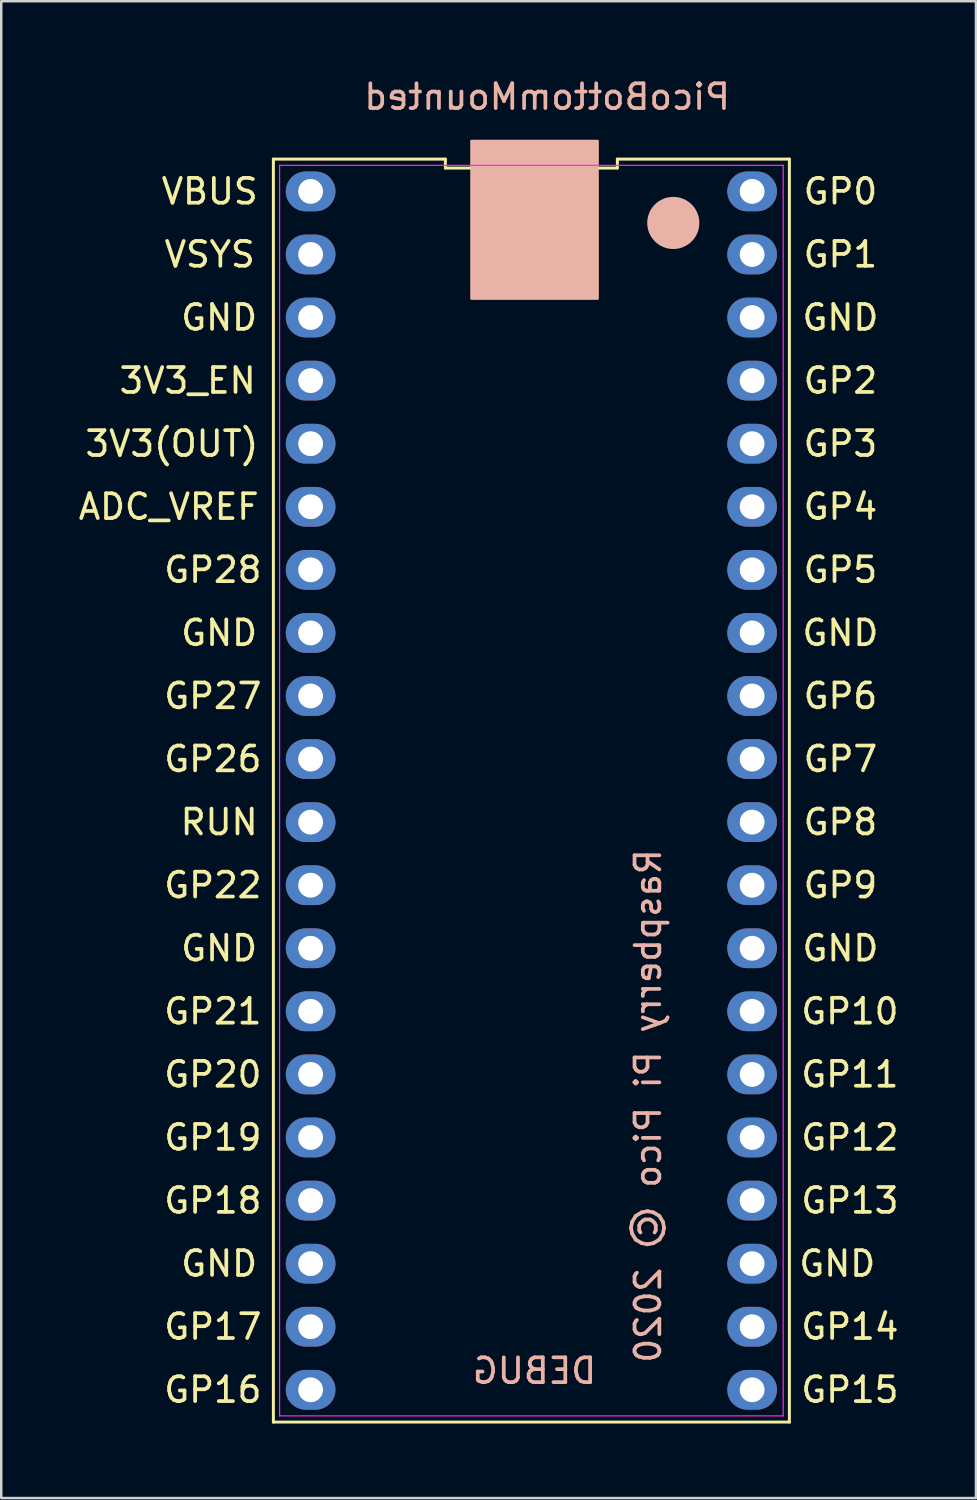
<source format=kicad_pcb>
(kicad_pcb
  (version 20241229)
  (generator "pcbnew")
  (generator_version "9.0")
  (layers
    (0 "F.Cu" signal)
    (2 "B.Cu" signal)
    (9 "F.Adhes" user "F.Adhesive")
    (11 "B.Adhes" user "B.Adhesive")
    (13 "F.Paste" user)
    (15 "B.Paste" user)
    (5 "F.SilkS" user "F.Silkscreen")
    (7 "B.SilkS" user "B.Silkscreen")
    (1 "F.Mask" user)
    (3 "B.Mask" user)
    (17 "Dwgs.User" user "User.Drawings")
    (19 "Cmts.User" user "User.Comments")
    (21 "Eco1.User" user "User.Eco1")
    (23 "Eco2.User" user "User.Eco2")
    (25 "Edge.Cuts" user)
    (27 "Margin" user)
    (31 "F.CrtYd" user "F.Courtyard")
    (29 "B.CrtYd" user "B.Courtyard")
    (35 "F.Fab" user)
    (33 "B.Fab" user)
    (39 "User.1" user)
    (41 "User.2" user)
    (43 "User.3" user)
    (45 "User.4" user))
  (footprint "PicoBottomMounted"
    (layer "F.Cu")
    (at 18.476 28.788)
    (property "Reference" "PicoBottomMounted" (at 0.508 -27.94 0) (layer "B.SilkS") (effects (font (size 1 1) (thickness 0.15)) (justify mirror)))
    (attr through_hole)
    (fp_line (start -10.517 25.43) (end 10.263 25.43) (stroke (width 0.12) (type solid)) (layer "F.SilkS"))
    (fp_line (start -10.517 -25.43) (end -10.517 25.43) (stroke (width 0.12) (type solid)) (layer "F.SilkS"))
    (fp_line (start -3.59 -25.43) (end -10.517 -25.43) (stroke (width 0.12) (type solid)) (layer "F.SilkS"))
    (fp_line (start -3.59 -25.07) (end -3.59 -25.43) (stroke (width 0.12) (type solid)) (layer "F.SilkS"))
    (fp_line (start 3.336 -25.43) (end 3.336 -25.07) (stroke (width 0.12) (type solid)) (layer "F.SilkS"))
    (fp_line (start 3.336 -25.07) (end -3.59 -25.07) (stroke (width 0.12) (type solid)) (layer "F.SilkS"))
    (fp_line (start 10.263 25.43) (end 10.263 -25.43) (stroke (width 0.12) (type solid)) (layer "F.SilkS"))
    (fp_line (start 10.263 -25.43) (end 3.336 -25.43) (stroke (width 0.12) (type solid)) (layer "F.SilkS"))
    (fp_poly (pts (xy 2.54 -26.162) (xy -2.54 -26.162) (xy -2.54 -19.812) (xy 2.54 -19.812)) (stroke (width 0.1) (type solid)) (fill yes) (layer "B.SilkS"))
    (fp_line (start -10.267 -25.18) (end 10.013 -25.18) (stroke (width 0.05) (type solid)) (layer "F.CrtYd"))
    (fp_line (start -10.267 25.18) (end -10.267 -25.18) (stroke (width 0.05) (type solid)) (layer "F.CrtYd"))
    (fp_line (start 10.013 -25.18) (end 10.013 25.18) (stroke (width 0.05) (type solid)) (layer "F.CrtYd"))
    (fp_line (start 10.013 25.18) (end -10.267 25.18) (stroke (width 0.05) (type solid)) (layer "F.CrtYd"))
    (fp_text user "GP17" (at -12.954 21.59 0) (layer "F.SilkS") (effects (font (size 1 1) (thickness 0.15))))
    (fp_text user "GP12" (at 12.7 13.97 0) (layer "F.SilkS") (effects (font (size 1 1) (thickness 0.15))))
    (fp_text user "GP0" (at 12.319 -24.13 0) (layer "F.SilkS") (effects (font (size 1 1) (thickness 0.15))))
    (fp_text user "3V3(OUT)" (at -14.605 -13.97 0) (layer "F.SilkS") (effects (font (size 1 1) (thickness 0.15))))
    (fp_text user "VBUS" (at -13.081 -24.13 0) (layer "F.SilkS") (effects (font (size 1 1) (thickness 0.15))))
    (fp_text user "GP4" (at 12.319 -11.43 0) (layer "F.SilkS") (effects (font (size 1 1) (thickness 0.15))))
    (fp_text user "3V3_EN" (at -13.97 -16.51 0) (layer "F.SilkS") (effects (font (size 1 1) (thickness 0.15))))
    (fp_text user "GP21" (at -12.954 8.89 0) (layer "F.SilkS") (effects (font (size 1 1) (thickness 0.15))))
    (fp_text user "GP28" (at -12.954 -8.89 0) (layer "F.SilkS") (effects (font (size 1 1) (thickness 0.15))))
    (fp_text user "GND" (at 12.192 19.05 0) (layer "F.SilkS") (effects (font (size 1 1) (thickness 0.15))))
    (fp_text user "GP9" (at 12.319 3.81 0) (layer "F.SilkS") (effects (font (size 1 1) (thickness 0.15))))
    (fp_text user "GP11" (at 12.7 11.43 0) (layer "F.SilkS") (effects (font (size 1 1) (thickness 0.15))))
    (fp_text user "GND" (at -12.7 -6.35 0) (layer "F.SilkS") (effects (font (size 1 1) (thickness 0.15))))
    (fp_text user "GP6" (at 12.319 -3.81 0) (layer "F.SilkS") (effects (font (size 1 1) (thickness 0.15))))
    (fp_text user "GP13" (at 12.7 16.51 0) (layer "F.SilkS") (effects (font (size 1 1) (thickness 0.15))))
    (fp_text user "GND" (at 12.319 -6.35 0) (layer "F.SilkS") (effects (font (size 1 1) (thickness 0.15))))
    (fp_text user "GND" (at -12.7 -19.05 0) (layer "F.SilkS") (effects (font (size 1 1) (thickness 0.15))))
    (fp_text user "GP8" (at 12.319 1.27 0) (layer "F.SilkS") (effects (font (size 1 1) (thickness 0.15))))
    (fp_text user "GP19" (at -12.954 13.97 0) (layer "F.SilkS") (effects (font (size 1 1) (thickness 0.15))))
    (fp_text user "GP18" (at -12.954 16.51 0) (layer "F.SilkS") (effects (font (size 1 1) (thickness 0.15))))
    (fp_text user "GP7" (at 12.319 -1.27 0) (layer "F.SilkS") (effects (font (size 1 1) (thickness 0.15))))
    (fp_text user "GP20" (at -12.954 11.43 0) (layer "F.SilkS") (effects (font (size 1 1) (thickness 0.15))))
    (fp_text user "GP26" (at -12.954 -1.27 0) (layer "F.SilkS") (effects (font (size 1 1) (thickness 0.15))))
    (fp_text user "GND" (at 12.319 6.35 0) (layer "F.SilkS") (effects (font (size 1 1) (thickness 0.15))))
    (fp_text user "GND" (at 12.319 -19.05 0) (layer "F.SilkS") (effects (font (size 1 1) (thickness 0.15))))
    (fp_text user "GND" (at -12.7 6.35 0) (layer "F.SilkS") (effects (font (size 1 1) (thickness 0.15))))
    (fp_text user "RUN" (at -12.7 1.27 0) (layer "F.SilkS") (effects (font (size 1 1) (thickness 0.15))))
    (fp_text user "GP14" (at 12.7 21.59 0) (layer "F.SilkS") (effects (font (size 1 1) (thickness 0.15))))
    (fp_text user "GND" (at -12.7 19.05 0) (layer "F.SilkS") (effects (font (size 1 1) (thickness 0.15))))
    (fp_text user "GP5" (at 12.319 -8.89 0) (layer "F.SilkS") (effects (font (size 1 1) (thickness 0.15))))
    (fp_text user "VSYS" (at -13.081 -21.59 0) (layer "F.SilkS") (effects (font (size 1 1) (thickness 0.15))))
    (fp_text user "GP16" (at -12.954 24.13 0) (layer "F.SilkS") (effects (font (size 1 1) (thickness 0.15))))
    (fp_text user "GP22" (at -12.954 3.81 0) (layer "F.SilkS") (effects (font (size 1 1) (thickness 0.15))))
    (fp_text user "GP15" (at 12.7 24.13 0) (layer "F.SilkS") (effects (font (size 1 1) (thickness 0.15))))
    (fp_text user "GP1" (at 12.319 -21.59 0) (layer "F.SilkS") (effects (font (size 1 1) (thickness 0.15))))
    (fp_text user "GP10" (at 12.7 8.89 0) (layer "F.SilkS") (effects (font (size 1 1) (thickness 0.15))))
    (fp_text user "GP2" (at 12.319 -16.51 0) (layer "F.SilkS") (effects (font (size 1 1) (thickness 0.15))))
    (fp_text user "GP27" (at -12.954 -3.81 0) (layer "F.SilkS") (effects (font (size 1 1) (thickness 0.15))))
    (fp_text user "ADC_VREF" (at -14.732 -11.43 0) (layer "F.SilkS") (effects (font (size 1 1) (thickness 0.15))))
    (fp_text user "GP3" (at 12.319 -13.97 0) (layer "F.SilkS") (effects (font (size 1 1) (thickness 0.15))))
    (fp_text user "Raspberry Pi Pico © 2020" (at 4.572 12.7 270) (layer "B.SilkS") (effects (font (size 1 1) (thickness 0.15)) (justify mirror)))
    (fp_text user "DEBUG" (at 0 23.368 0) (layer "B.SilkS") (effects (font (size 1 1) (thickness 0.15)) (justify mirror)))
    (pad "" smd circle (at 5.588 -22.86) (size 2.1 2.1) (layers "B.SilkS"))
    (pad "1" thru_hole oval (at 8.763 -24.13 270) (size 1.6 2) (drill 1) (layers "*.Mask" "F.Cu"))
    (pad "2" thru_hole oval (at 8.763 -21.59 270) (size 1.6 2) (drill 1) (layers "*.Mask" "F.Cu"))
    (pad "3" thru_hole oval (at 8.763 -19.05 270) (size 1.6 2) (drill 1) (layers "*.Mask" "F.Cu"))
    (pad "4" thru_hole oval (at 8.763 -16.51 270) (size 1.6 2) (drill 1) (layers "*.Mask" "F.Cu"))
    (pad "5" thru_hole oval (at 8.763 -13.97 270) (size 1.6 2) (drill 1) (layers "*.Mask" "F.Cu"))
    (pad "6" thru_hole oval (at 8.763 -11.43 270) (size 1.6 2) (drill 1) (layers "*.Mask" "F.Cu"))
    (pad "7" thru_hole oval (at 8.763 -8.89 270) (size 1.6 2) (drill 1) (layers "*.Mask" "F.Cu"))
    (pad "8" thru_hole oval (at 8.763 -6.35 270) (size 1.6 2) (drill 1) (layers "*.Mask" "F.Cu"))
    (pad "9" thru_hole oval (at 8.763 -3.81 270) (size 1.6 2) (drill 1) (layers "*.Mask" "F.Cu"))
    (pad "10" thru_hole oval (at 8.763 -1.27 270) (size 1.6 2) (drill 1) (layers "*.Mask" "F.Cu"))
    (pad "11" thru_hole oval (at 8.763 1.27 270) (size 1.6 2) (drill 1) (layers "*.Mask" "F.Cu"))
    (pad "12" thru_hole oval (at 8.763 3.81 270) (size 1.6 2) (drill 1) (layers "*.Mask" "F.Cu"))
    (pad "13" thru_hole oval (at 8.763 6.35 270) (size 1.6 2) (drill 1) (layers "*.Mask" "F.Cu"))
    (pad "14" thru_hole oval (at 8.763 8.89 270) (size 1.6 2) (drill 1) (layers "*.Mask" "F.Cu"))
    (pad "15" thru_hole oval (at 8.763 11.43 270) (size 1.6 2) (drill 1) (layers "*.Mask" "F.Cu"))
    (pad "16" thru_hole oval (at 8.763 13.97 270) (size 1.6 2) (drill 1) (layers "*.Mask" "F.Cu"))
    (pad "17" thru_hole oval (at 8.763 16.51 270) (size 1.6 2) (drill 1) (layers "*.Mask" "F.Cu"))
    (pad "18" thru_hole oval (at 8.763 19.05 270) (size 1.6 2) (drill 1) (layers "*.Mask" "F.Cu"))
    (pad "19" thru_hole oval (at 8.763 21.59 270) (size 1.6 2) (drill 1) (layers "*.Mask" "F.Cu"))
    (pad "20" thru_hole oval (at 8.763 24.13 270) (size 1.6 2) (drill 1) (layers "*.Mask" "F.Cu"))
    (pad "21" thru_hole oval (at -9.017 24.13 270) (size 1.6 2) (drill 1) (layers "*.Mask" "F.Cu"))
    (pad "22" thru_hole oval (at -9.017 21.59 270) (size 1.6 2) (drill 1) (layers "*.Mask" "F.Cu"))
    (pad "23" thru_hole oval (at -9.017 19.05 270) (size 1.6 2) (drill 1) (layers "*.Mask" "F.Cu"))
    (pad "24" thru_hole oval (at -9.017 16.51 270) (size 1.6 2) (drill 1) (layers "*.Mask" "F.Cu"))
    (pad "25" thru_hole oval (at -9.017 13.97 270) (size 1.6 2) (drill 1) (layers "*.Mask" "F.Cu"))
    (pad "26" thru_hole oval (at -9.017 11.43 270) (size 1.6 2) (drill 1) (layers "*.Mask" "F.Cu"))
    (pad "27" thru_hole oval (at -9.017 8.89 270) (size 1.6 2) (drill 1) (layers "*.Mask" "F.Cu"))
    (pad "28" thru_hole oval (at -9.017 6.35 270) (size 1.6 2) (drill 1) (layers "*.Mask" "F.Cu"))
    (pad "29" thru_hole oval (at -9.017 3.81 270) (size 1.6 2) (drill 1) (layers "*.Mask" "F.Cu"))
    (pad "30" thru_hole oval (at -9.017 1.27 270) (size 1.6 2) (drill 1) (layers "*.Mask" "F.Cu"))
    (pad "31" thru_hole oval (at -9.017 -1.27 270) (size 1.6 2) (drill 1) (layers "*.Mask" "F.Cu"))
    (pad "32" thru_hole oval (at -9.017 -3.81 270) (size 1.6 2) (drill 1) (layers "*.Mask" "F.Cu"))
    (pad "33" thru_hole oval (at -9.017 -6.35 270) (size 1.6 2) (drill 1) (layers "*.Mask" "F.Cu"))
    (pad "34" thru_hole oval (at -9.017 -8.89 270) (size 1.6 2) (drill 1) (layers "*.Mask" "F.Cu"))
    (pad "35" thru_hole oval (at -9.017 -11.43 270) (size 1.6 2) (drill 1) (layers "*.Mask" "F.Cu"))
    (pad "36" thru_hole oval (at -9.017 -13.97 270) (size 1.6 2) (drill 1) (layers "*.Mask" "F.Cu"))
    (pad "37" thru_hole oval (at -9.017 -16.51 270) (size 1.6 2) (drill 1) (layers "*.Mask" "F.Cu"))
    (pad "38" thru_hole oval (at -9.017 -19.05 270) (size 1.6 2) (drill 1) (layers "*.Mask" "F.Cu"))
    (pad "39" thru_hole oval (at -9.017 -21.59 270) (size 1.6 2) (drill 1) (layers "*.Mask" "F.Cu"))
    (pad "40" thru_hole oval (at -9.017 -24.13 270) (size 1.6 2) (drill 1) (layers "*.Mask" "F.Cu")))
  (gr_rect
    (start -3 -3)
    (end 36.253 57.278)
    (stroke (width 0.1) (type default))
    (fill no)
    (layer "Edge.Cuts")))
</source>
